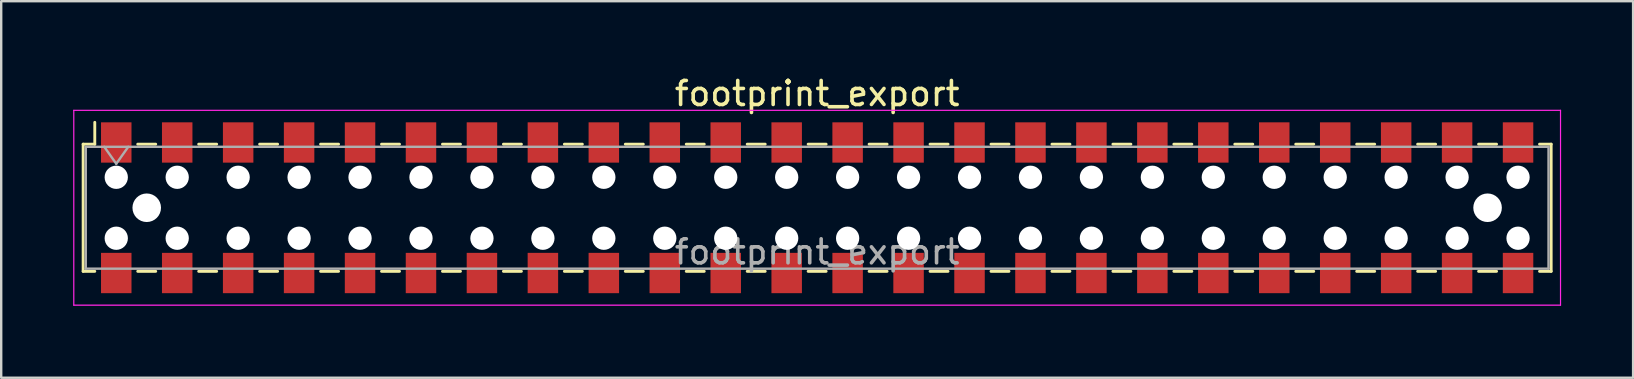
<source format=kicad_pcb>
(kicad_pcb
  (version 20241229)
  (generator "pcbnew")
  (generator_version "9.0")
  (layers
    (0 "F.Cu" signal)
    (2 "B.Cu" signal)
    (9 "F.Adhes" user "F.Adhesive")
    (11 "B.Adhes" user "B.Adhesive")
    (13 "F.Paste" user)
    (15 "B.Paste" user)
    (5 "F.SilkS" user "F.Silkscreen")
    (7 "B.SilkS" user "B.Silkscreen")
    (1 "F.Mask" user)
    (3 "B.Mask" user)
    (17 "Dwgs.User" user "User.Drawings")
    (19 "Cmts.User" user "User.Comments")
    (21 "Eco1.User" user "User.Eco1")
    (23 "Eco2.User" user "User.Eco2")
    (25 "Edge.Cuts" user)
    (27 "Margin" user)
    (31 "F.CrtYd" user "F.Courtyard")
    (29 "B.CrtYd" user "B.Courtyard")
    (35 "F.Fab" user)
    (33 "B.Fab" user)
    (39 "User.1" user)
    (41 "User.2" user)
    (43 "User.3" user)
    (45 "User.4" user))
  (footprint "footprint_export"
    (layer "F.Cu")
    (at 31.005 5.608)
    (property "Reference" "footprint_export" (at 0 -4.76 0) (layer "F.SilkS") (effects (font (size 1 1) (thickness 0.15))))
    (attr smd)
    (fp_line (start -30.59 -2.65) (end -30.59 2.65) (stroke (width 0.12) (type solid)) (layer "F.SilkS"))
    (fp_line (start -30.59 2.65) (end -30.105 2.65) (stroke (width 0.12) (type solid)) (layer "F.SilkS"))
    (fp_line (start -30.105 -3.56) (end -30.105 -2.65) (stroke (width 0.12) (type solid)) (layer "F.SilkS"))
    (fp_line (start -30.105 -2.65) (end -30.59 -2.65) (stroke (width 0.12) (type solid)) (layer "F.SilkS"))
    (fp_line (start -28.315 -2.65) (end -27.565 -2.65) (stroke (width 0.12) (type solid)) (layer "F.SilkS"))
    (fp_line (start -28.315 2.65) (end -27.565 2.65) (stroke (width 0.12) (type solid)) (layer "F.SilkS"))
    (fp_line (start -25.775 -2.65) (end -25.025 -2.65) (stroke (width 0.12) (type solid)) (layer "F.SilkS"))
    (fp_line (start -25.775 2.65) (end -25.025 2.65) (stroke (width 0.12) (type solid)) (layer "F.SilkS"))
    (fp_line (start -23.235 -2.65) (end -22.485 -2.65) (stroke (width 0.12) (type solid)) (layer "F.SilkS"))
    (fp_line (start -23.235 2.65) (end -22.485 2.65) (stroke (width 0.12) (type solid)) (layer "F.SilkS"))
    (fp_line (start -20.695 -2.65) (end -19.945 -2.65) (stroke (width 0.12) (type solid)) (layer "F.SilkS"))
    (fp_line (start -20.695 2.65) (end -19.945 2.65) (stroke (width 0.12) (type solid)) (layer "F.SilkS"))
    (fp_line (start -18.155 -2.65) (end -17.405 -2.65) (stroke (width 0.12) (type solid)) (layer "F.SilkS"))
    (fp_line (start -18.155 2.65) (end -17.405 2.65) (stroke (width 0.12) (type solid)) (layer "F.SilkS"))
    (fp_line (start -15.615 -2.65) (end -14.865 -2.65) (stroke (width 0.12) (type solid)) (layer "F.SilkS"))
    (fp_line (start -15.615 2.65) (end -14.865 2.65) (stroke (width 0.12) (type solid)) (layer "F.SilkS"))
    (fp_line (start -13.075 -2.65) (end -12.325 -2.65) (stroke (width 0.12) (type solid)) (layer "F.SilkS"))
    (fp_line (start -13.075 2.65) (end -12.325 2.65) (stroke (width 0.12) (type solid)) (layer "F.SilkS"))
    (fp_line (start -10.535 -2.65) (end -9.785 -2.65) (stroke (width 0.12) (type solid)) (layer "F.SilkS"))
    (fp_line (start -10.535 2.65) (end -9.785 2.65) (stroke (width 0.12) (type solid)) (layer "F.SilkS"))
    (fp_line (start -7.995 -2.65) (end -7.245 -2.65) (stroke (width 0.12) (type solid)) (layer "F.SilkS"))
    (fp_line (start -7.995 2.65) (end -7.245 2.65) (stroke (width 0.12) (type solid)) (layer "F.SilkS"))
    (fp_line (start -5.455 -2.65) (end -4.705 -2.65) (stroke (width 0.12) (type solid)) (layer "F.SilkS"))
    (fp_line (start -5.455 2.65) (end -4.705 2.65) (stroke (width 0.12) (type solid)) (layer "F.SilkS"))
    (fp_line (start -2.915 -2.65) (end -2.165 -2.65) (stroke (width 0.12) (type solid)) (layer "F.SilkS"))
    (fp_line (start -2.915 2.65) (end -2.165 2.65) (stroke (width 0.12) (type solid)) (layer "F.SilkS"))
    (fp_line (start -0.375 -2.65) (end 0.375 -2.65) (stroke (width 0.12) (type solid)) (layer "F.SilkS"))
    (fp_line (start -0.375 2.65) (end 0.375 2.65) (stroke (width 0.12) (type solid)) (layer "F.SilkS"))
    (fp_line (start 2.165 -2.65) (end 2.915 -2.65) (stroke (width 0.12) (type solid)) (layer "F.SilkS"))
    (fp_line (start 2.165 2.65) (end 2.915 2.65) (stroke (width 0.12) (type solid)) (layer "F.SilkS"))
    (fp_line (start 4.705 -2.65) (end 5.455 -2.65) (stroke (width 0.12) (type solid)) (layer "F.SilkS"))
    (fp_line (start 4.705 2.65) (end 5.455 2.65) (stroke (width 0.12) (type solid)) (layer "F.SilkS"))
    (fp_line (start 7.245 -2.65) (end 7.995 -2.65) (stroke (width 0.12) (type solid)) (layer "F.SilkS"))
    (fp_line (start 7.245 2.65) (end 7.995 2.65) (stroke (width 0.12) (type solid)) (layer "F.SilkS"))
    (fp_line (start 9.785 -2.65) (end 10.535 -2.65) (stroke (width 0.12) (type solid)) (layer "F.SilkS"))
    (fp_line (start 9.785 2.65) (end 10.535 2.65) (stroke (width 0.12) (type solid)) (layer "F.SilkS"))
    (fp_line (start 12.325 -2.65) (end 13.075 -2.65) (stroke (width 0.12) (type solid)) (layer "F.SilkS"))
    (fp_line (start 12.325 2.65) (end 13.075 2.65) (stroke (width 0.12) (type solid)) (layer "F.SilkS"))
    (fp_line (start 14.865 -2.65) (end 15.615 -2.65) (stroke (width 0.12) (type solid)) (layer "F.SilkS"))
    (fp_line (start 14.865 2.65) (end 15.615 2.65) (stroke (width 0.12) (type solid)) (layer "F.SilkS"))
    (fp_line (start 17.405 -2.65) (end 18.155 -2.65) (stroke (width 0.12) (type solid)) (layer "F.SilkS"))
    (fp_line (start 17.405 2.65) (end 18.155 2.65) (stroke (width 0.12) (type solid)) (layer "F.SilkS"))
    (fp_line (start 19.945 -2.65) (end 20.695 -2.65) (stroke (width 0.12) (type solid)) (layer "F.SilkS"))
    (fp_line (start 19.945 2.65) (end 20.695 2.65) (stroke (width 0.12) (type solid)) (layer "F.SilkS"))
    (fp_line (start 22.485 -2.65) (end 23.235 -2.65) (stroke (width 0.12) (type solid)) (layer "F.SilkS"))
    (fp_line (start 22.485 2.65) (end 23.235 2.65) (stroke (width 0.12) (type solid)) (layer "F.SilkS"))
    (fp_line (start 25.025 -2.65) (end 25.775 -2.65) (stroke (width 0.12) (type solid)) (layer "F.SilkS"))
    (fp_line (start 25.025 2.65) (end 25.775 2.65) (stroke (width 0.12) (type solid)) (layer "F.SilkS"))
    (fp_line (start 27.565 -2.65) (end 28.315 -2.65) (stroke (width 0.12) (type solid)) (layer "F.SilkS"))
    (fp_line (start 27.565 2.65) (end 28.315 2.65) (stroke (width 0.12) (type solid)) (layer "F.SilkS"))
    (fp_line (start 30.105 -2.65) (end 30.59 -2.65) (stroke (width 0.12) (type solid)) (layer "F.SilkS"))
    (fp_line (start 30.59 -2.65) (end 30.59 2.65) (stroke (width 0.12) (type solid)) (layer "F.SilkS"))
    (fp_line (start 30.59 2.65) (end 30.105 2.65) (stroke (width 0.12) (type solid)) (layer "F.SilkS"))
    (fp_line (start -30.98 -4.06) (end 30.98 -4.06) (stroke (width 0.05) (type solid)) (layer "F.CrtYd"))
    (fp_line (start -30.98 4.06) (end -30.98 -4.06) (stroke (width 0.05) (type solid)) (layer "F.CrtYd"))
    (fp_line (start 30.98 -4.06) (end 30.98 4.06) (stroke (width 0.05) (type solid)) (layer "F.CrtYd"))
    (fp_line (start 30.98 4.06) (end -30.98 4.06) (stroke (width 0.05) (type solid)) (layer "F.CrtYd"))
    (fp_line (start -30.48 -2.54) (end 30.48 -2.54) (stroke (width 0.1) (type solid)) (layer "F.Fab"))
    (fp_line (start -30.48 2.54) (end -30.48 -2.54) (stroke (width 0.1) (type solid)) (layer "F.Fab"))
    (fp_line (start -29.71 -2.54) (end -29.21 -1.833) (stroke (width 0.1) (type solid)) (layer "F.Fab"))
    (fp_line (start -29.21 -1.833) (end -28.71 -2.54) (stroke (width 0.1) (type solid)) (layer "F.Fab"))
    (fp_line (start 30.48 -2.54) (end 30.48 2.54) (stroke (width 0.1) (type solid)) (layer "F.Fab"))
    (fp_line (start 30.48 2.54) (end -30.48 2.54) (stroke (width 0.1) (type solid)) (layer "F.Fab"))
    (fp_text user "${REFERENCE}" (at 0 1.84 0) (layer "F.Fab") (effects (font (size 1 1) (thickness 0.15))))
    (pad "" np_thru_hole circle (at -29.21 -1.27) (size 0.97 0.97) (drill 0.97) (layers "*.Cu" "*.Mask"))
    (pad "" np_thru_hole circle (at -29.21 1.27) (size 0.97 0.97) (drill 0.97) (layers "*.Cu" "*.Mask"))
    (pad "" np_thru_hole circle (at -27.94 0) (size 1.19 1.19) (drill 1.19) (layers "*.Cu" "*.Mask"))
    (pad "" np_thru_hole circle (at -26.67 -1.27) (size 0.97 0.97) (drill 0.97) (layers "*.Cu" "*.Mask"))
    (pad "" np_thru_hole circle (at -26.67 1.27) (size 0.97 0.97) (drill 0.97) (layers "*.Cu" "*.Mask"))
    (pad "" np_thru_hole circle (at -24.13 -1.27) (size 0.97 0.97) (drill 0.97) (layers "*.Cu" "*.Mask"))
    (pad "" np_thru_hole circle (at -24.13 1.27) (size 0.97 0.97) (drill 0.97) (layers "*.Cu" "*.Mask"))
    (pad "" np_thru_hole circle (at -21.59 -1.27) (size 0.97 0.97) (drill 0.97) (layers "*.Cu" "*.Mask"))
    (pad "" np_thru_hole circle (at -21.59 1.27) (size 0.97 0.97) (drill 0.97) (layers "*.Cu" "*.Mask"))
    (pad "" np_thru_hole circle (at -19.05 -1.27) (size 0.97 0.97) (drill 0.97) (layers "*.Cu" "*.Mask"))
    (pad "" np_thru_hole circle (at -19.05 1.27) (size 0.97 0.97) (drill 0.97) (layers "*.Cu" "*.Mask"))
    (pad "" np_thru_hole circle (at -16.51 -1.27) (size 0.97 0.97) (drill 0.97) (layers "*.Cu" "*.Mask"))
    (pad "" np_thru_hole circle (at -16.51 1.27) (size 0.97 0.97) (drill 0.97) (layers "*.Cu" "*.Mask"))
    (pad "" np_thru_hole circle (at -13.97 -1.27) (size 0.97 0.97) (drill 0.97) (layers "*.Cu" "*.Mask"))
    (pad "" np_thru_hole circle (at -13.97 1.27) (size 0.97 0.97) (drill 0.97) (layers "*.Cu" "*.Mask"))
    (pad "" np_thru_hole circle (at -11.43 -1.27) (size 0.97 0.97) (drill 0.97) (layers "*.Cu" "*.Mask"))
    (pad "" np_thru_hole circle (at -11.43 1.27) (size 0.97 0.97) (drill 0.97) (layers "*.Cu" "*.Mask"))
    (pad "" np_thru_hole circle (at -8.89 -1.27) (size 0.97 0.97) (drill 0.97) (layers "*.Cu" "*.Mask"))
    (pad "" np_thru_hole circle (at -8.89 1.27) (size 0.97 0.97) (drill 0.97) (layers "*.Cu" "*.Mask"))
    (pad "" np_thru_hole circle (at -6.35 -1.27) (size 0.97 0.97) (drill 0.97) (layers "*.Cu" "*.Mask"))
    (pad "" np_thru_hole circle (at -6.35 1.27) (size 0.97 0.97) (drill 0.97) (layers "*.Cu" "*.Mask"))
    (pad "" np_thru_hole circle (at -3.81 -1.27) (size 0.97 0.97) (drill 0.97) (layers "*.Cu" "*.Mask"))
    (pad "" np_thru_hole circle (at -3.81 1.27) (size 0.97 0.97) (drill 0.97) (layers "*.Cu" "*.Mask"))
    (pad "" np_thru_hole circle (at -1.27 -1.27) (size 0.97 0.97) (drill 0.97) (layers "*.Cu" "*.Mask"))
    (pad "" np_thru_hole circle (at -1.27 1.27) (size 0.97 0.97) (drill 0.97) (layers "*.Cu" "*.Mask"))
    (pad "" np_thru_hole circle (at 1.27 -1.27) (size 0.97 0.97) (drill 0.97) (layers "*.Cu" "*.Mask"))
    (pad "" np_thru_hole circle (at 1.27 1.27) (size 0.97 0.97) (drill 0.97) (layers "*.Cu" "*.Mask"))
    (pad "" np_thru_hole circle (at 3.81 -1.27) (size 0.97 0.97) (drill 0.97) (layers "*.Cu" "*.Mask"))
    (pad "" np_thru_hole circle (at 3.81 1.27) (size 0.97 0.97) (drill 0.97) (layers "*.Cu" "*.Mask"))
    (pad "" np_thru_hole circle (at 6.35 -1.27) (size 0.97 0.97) (drill 0.97) (layers "*.Cu" "*.Mask"))
    (pad "" np_thru_hole circle (at 6.35 1.27) (size 0.97 0.97) (drill 0.97) (layers "*.Cu" "*.Mask"))
    (pad "" np_thru_hole circle (at 8.89 -1.27) (size 0.97 0.97) (drill 0.97) (layers "*.Cu" "*.Mask"))
    (pad "" np_thru_hole circle (at 8.89 1.27) (size 0.97 0.97) (drill 0.97) (layers "*.Cu" "*.Mask"))
    (pad "" np_thru_hole circle (at 11.43 -1.27) (size 0.97 0.97) (drill 0.97) (layers "*.Cu" "*.Mask"))
    (pad "" np_thru_hole circle (at 11.43 1.27) (size 0.97 0.97) (drill 0.97) (layers "*.Cu" "*.Mask"))
    (pad "" np_thru_hole circle (at 13.97 -1.27) (size 0.97 0.97) (drill 0.97) (layers "*.Cu" "*.Mask"))
    (pad "" np_thru_hole circle (at 13.97 1.27) (size 0.97 0.97) (drill 0.97) (layers "*.Cu" "*.Mask"))
    (pad "" np_thru_hole circle (at 16.51 -1.27) (size 0.97 0.97) (drill 0.97) (layers "*.Cu" "*.Mask"))
    (pad "" np_thru_hole circle (at 16.51 1.27) (size 0.97 0.97) (drill 0.97) (layers "*.Cu" "*.Mask"))
    (pad "" np_thru_hole circle (at 19.05 -1.27) (size 0.97 0.97) (drill 0.97) (layers "*.Cu" "*.Mask"))
    (pad "" np_thru_hole circle (at 19.05 1.27) (size 0.97 0.97) (drill 0.97) (layers "*.Cu" "*.Mask"))
    (pad "" np_thru_hole circle (at 21.59 -1.27) (size 0.97 0.97) (drill 0.97) (layers "*.Cu" "*.Mask"))
    (pad "" np_thru_hole circle (at 21.59 1.27) (size 0.97 0.97) (drill 0.97) (layers "*.Cu" "*.Mask"))
    (pad "" np_thru_hole circle (at 24.13 -1.27) (size 0.97 0.97) (drill 0.97) (layers "*.Cu" "*.Mask"))
    (pad "" np_thru_hole circle (at 24.13 1.27) (size 0.97 0.97) (drill 0.97) (layers "*.Cu" "*.Mask"))
    (pad "" np_thru_hole circle (at 26.67 -1.27) (size 0.97 0.97) (drill 0.97) (layers "*.Cu" "*.Mask"))
    (pad "" np_thru_hole circle (at 26.67 1.27) (size 0.97 0.97) (drill 0.97) (layers "*.Cu" "*.Mask"))
    (pad "" np_thru_hole circle (at 27.94 0) (size 1.19 1.19) (drill 1.19) (layers "*.Cu" "*.Mask"))
    (pad "" np_thru_hole circle (at 29.21 -1.27) (size 0.97 0.97) (drill 0.97) (layers "*.Cu" "*.Mask"))
    (pad "" np_thru_hole circle (at 29.21 1.27) (size 0.97 0.97) (drill 0.97) (layers "*.Cu" "*.Mask"))
    (pad "1" smd rect (at -29.21 -2.72) (size 1.27 1.68) (layers "F.Cu" "F.Mask" "F.Paste"))
    (pad "2" smd rect (at -29.21 2.72) (size 1.27 1.68) (layers "F.Cu" "F.Mask" "F.Paste"))
    (pad "3" smd rect (at -26.67 -2.72) (size 1.27 1.68) (layers "F.Cu" "F.Mask" "F.Paste"))
    (pad "4" smd rect (at -26.67 2.72) (size 1.27 1.68) (layers "F.Cu" "F.Mask" "F.Paste"))
    (pad "5" smd rect (at -24.13 -2.72) (size 1.27 1.68) (layers "F.Cu" "F.Mask" "F.Paste"))
    (pad "6" smd rect (at -24.13 2.72) (size 1.27 1.68) (layers "F.Cu" "F.Mask" "F.Paste"))
    (pad "7" smd rect (at -21.59 -2.72) (size 1.27 1.68) (layers "F.Cu" "F.Mask" "F.Paste"))
    (pad "8" smd rect (at -21.59 2.72) (size 1.27 1.68) (layers "F.Cu" "F.Mask" "F.Paste"))
    (pad "9" smd rect (at -19.05 -2.72) (size 1.27 1.68) (layers "F.Cu" "F.Mask" "F.Paste"))
    (pad "10" smd rect (at -19.05 2.72) (size 1.27 1.68) (layers "F.Cu" "F.Mask" "F.Paste"))
    (pad "11" smd rect (at -16.51 -2.72) (size 1.27 1.68) (layers "F.Cu" "F.Mask" "F.Paste"))
    (pad "12" smd rect (at -16.51 2.72) (size 1.27 1.68) (layers "F.Cu" "F.Mask" "F.Paste"))
    (pad "13" smd rect (at -13.97 -2.72) (size 1.27 1.68) (layers "F.Cu" "F.Mask" "F.Paste"))
    (pad "14" smd rect (at -13.97 2.72) (size 1.27 1.68) (layers "F.Cu" "F.Mask" "F.Paste"))
    (pad "15" smd rect (at -11.43 -2.72) (size 1.27 1.68) (layers "F.Cu" "F.Mask" "F.Paste"))
    (pad "16" smd rect (at -11.43 2.72) (size 1.27 1.68) (layers "F.Cu" "F.Mask" "F.Paste"))
    (pad "17" smd rect (at -8.89 -2.72) (size 1.27 1.68) (layers "F.Cu" "F.Mask" "F.Paste"))
    (pad "18" smd rect (at -8.89 2.72) (size 1.27 1.68) (layers "F.Cu" "F.Mask" "F.Paste"))
    (pad "19" smd rect (at -6.35 -2.72) (size 1.27 1.68) (layers "F.Cu" "F.Mask" "F.Paste"))
    (pad "20" smd rect (at -6.35 2.72) (size 1.27 1.68) (layers "F.Cu" "F.Mask" "F.Paste"))
    (pad "21" smd rect (at -3.81 -2.72) (size 1.27 1.68) (layers "F.Cu" "F.Mask" "F.Paste"))
    (pad "22" smd rect (at -3.81 2.72) (size 1.27 1.68) (layers "F.Cu" "F.Mask" "F.Paste"))
    (pad "23" smd rect (at -1.27 -2.72) (size 1.27 1.68) (layers "F.Cu" "F.Mask" "F.Paste"))
    (pad "24" smd rect (at -1.27 2.72) (size 1.27 1.68) (layers "F.Cu" "F.Mask" "F.Paste"))
    (pad "25" smd rect (at 1.27 -2.72) (size 1.27 1.68) (layers "F.Cu" "F.Mask" "F.Paste"))
    (pad "26" smd rect (at 1.27 2.72) (size 1.27 1.68) (layers "F.Cu" "F.Mask" "F.Paste"))
    (pad "27" smd rect (at 3.81 -2.72) (size 1.27 1.68) (layers "F.Cu" "F.Mask" "F.Paste"))
    (pad "28" smd rect (at 3.81 2.72) (size 1.27 1.68) (layers "F.Cu" "F.Mask" "F.Paste"))
    (pad "29" smd rect (at 6.35 -2.72) (size 1.27 1.68) (layers "F.Cu" "F.Mask" "F.Paste"))
    (pad "30" smd rect (at 6.35 2.72) (size 1.27 1.68) (layers "F.Cu" "F.Mask" "F.Paste"))
    (pad "31" smd rect (at 8.89 -2.72) (size 1.27 1.68) (layers "F.Cu" "F.Mask" "F.Paste"))
    (pad "32" smd rect (at 8.89 2.72) (size 1.27 1.68) (layers "F.Cu" "F.Mask" "F.Paste"))
    (pad "33" smd rect (at 11.43 -2.72) (size 1.27 1.68) (layers "F.Cu" "F.Mask" "F.Paste"))
    (pad "34" smd rect (at 11.43 2.72) (size 1.27 1.68) (layers "F.Cu" "F.Mask" "F.Paste"))
    (pad "35" smd rect (at 13.97 -2.72) (size 1.27 1.68) (layers "F.Cu" "F.Mask" "F.Paste"))
    (pad "36" smd rect (at 13.97 2.72) (size 1.27 1.68) (layers "F.Cu" "F.Mask" "F.Paste"))
    (pad "37" smd rect (at 16.51 -2.72) (size 1.27 1.68) (layers "F.Cu" "F.Mask" "F.Paste"))
    (pad "38" smd rect (at 16.51 2.72) (size 1.27 1.68) (layers "F.Cu" "F.Mask" "F.Paste"))
    (pad "39" smd rect (at 19.05 -2.72) (size 1.27 1.68) (layers "F.Cu" "F.Mask" "F.Paste"))
    (pad "40" smd rect (at 19.05 2.72) (size 1.27 1.68) (layers "F.Cu" "F.Mask" "F.Paste"))
    (pad "41" smd rect (at 21.59 -2.72) (size 1.27 1.68) (layers "F.Cu" "F.Mask" "F.Paste"))
    (pad "42" smd rect (at 21.59 2.72) (size 1.27 1.68) (layers "F.Cu" "F.Mask" "F.Paste"))
    (pad "43" smd rect (at 24.13 -2.72) (size 1.27 1.68) (layers "F.Cu" "F.Mask" "F.Paste"))
    (pad "44" smd rect (at 24.13 2.72) (size 1.27 1.68) (layers "F.Cu" "F.Mask" "F.Paste"))
    (pad "45" smd rect (at 26.67 -2.72) (size 1.27 1.68) (layers "F.Cu" "F.Mask" "F.Paste"))
    (pad "46" smd rect (at 26.67 2.72) (size 1.27 1.68) (layers "F.Cu" "F.Mask" "F.Paste"))
    (pad "47" smd rect (at 29.21 -2.72) (size 1.27 1.68) (layers "F.Cu" "F.Mask" "F.Paste"))
    (pad "48" smd rect (at 29.21 2.72) (size 1.27 1.68) (layers "F.Cu" "F.Mask" "F.Paste")))
  (gr_rect
    (start -3 -3)
    (end 65.01 12.693)
    (stroke (width 0.1) (type default))
    (fill no)
    (layer "Edge.Cuts")))
</source>
